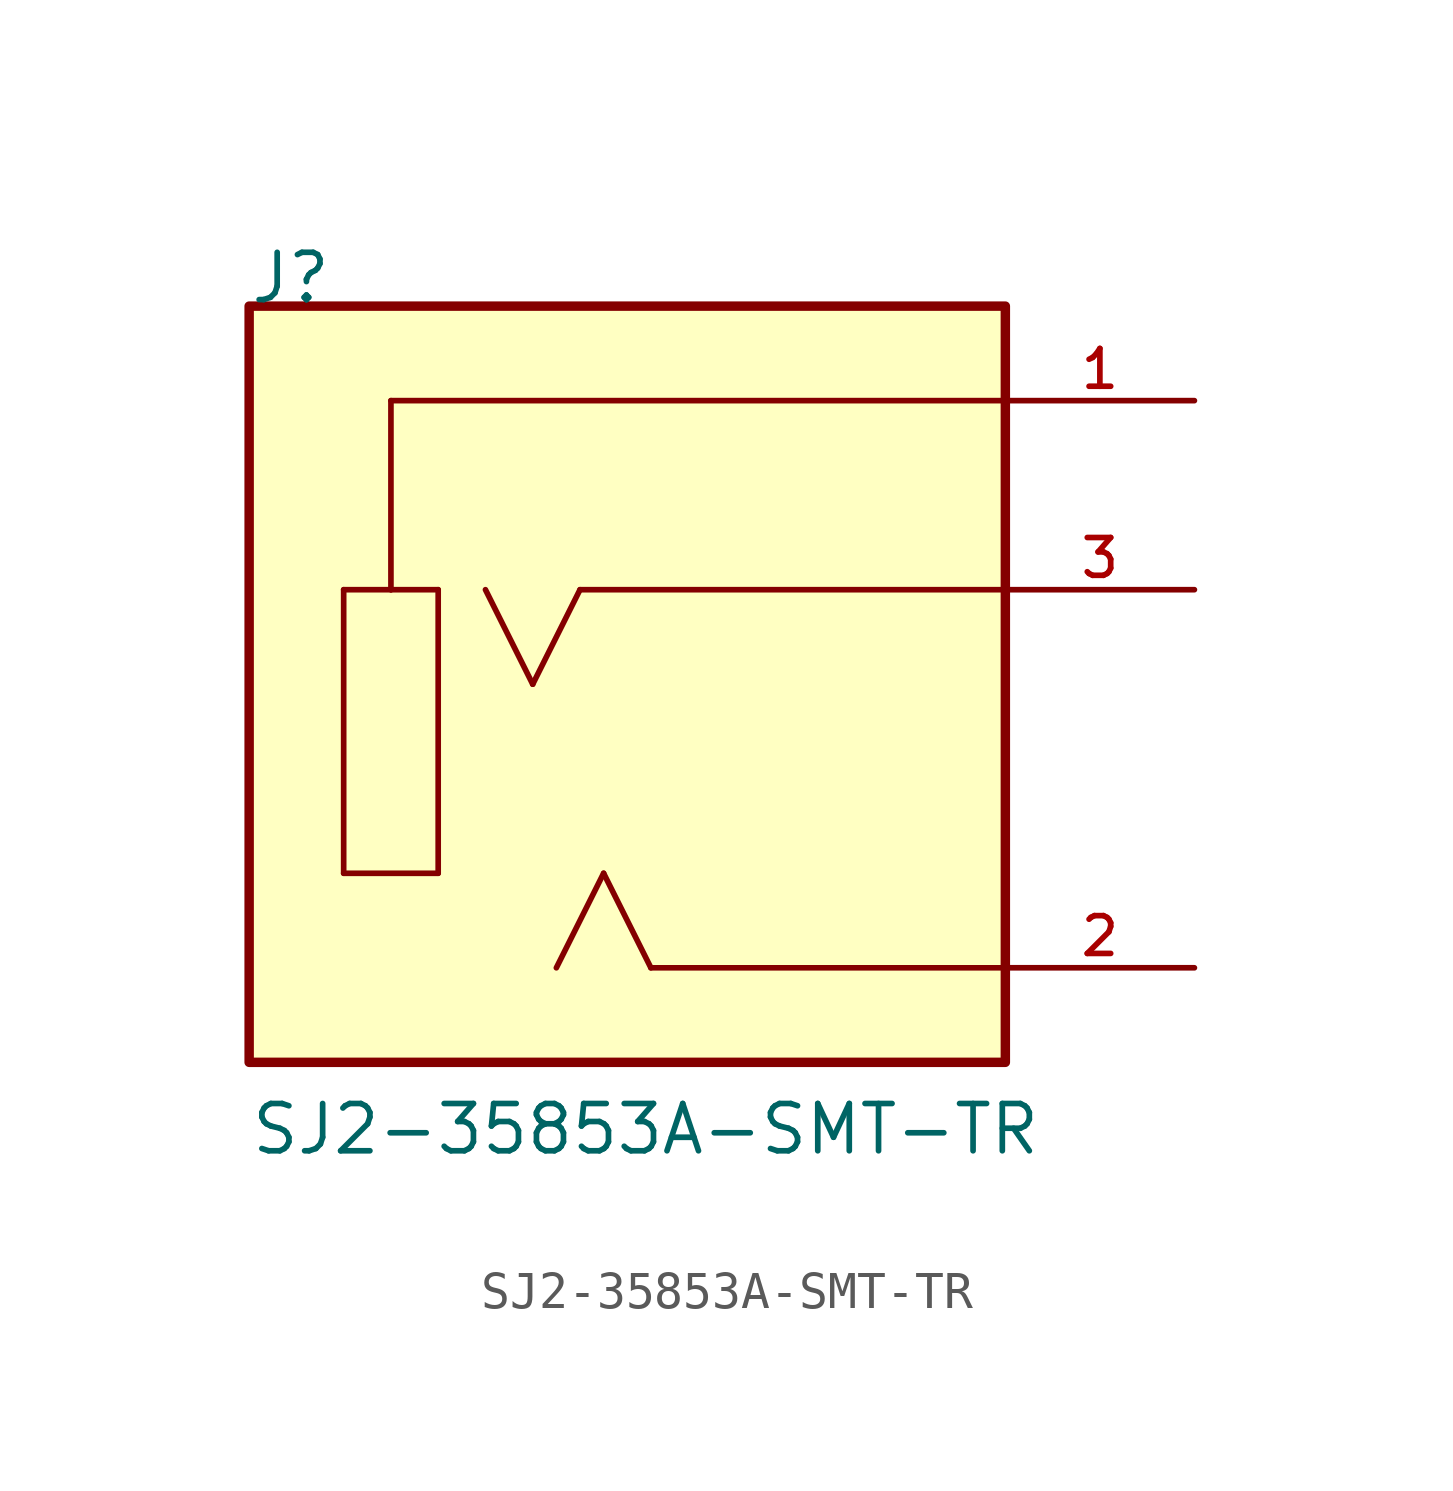
<source format=kicad_sym>
(kicad_symbol_lib
  (version 20211014)
  (generator kicad_symbol_editor)
  (symbol "SJ2-35853A-SMT-TR"
    (pin_names
      (offset 1.016))
    (property "Reference" "J"
      (at -10.172 10.172 0)
      (effects (font (size 1.27 1.27)) (justify bottom left)))
    (property "Value" "SJ2-35853A-SMT-TR"
      (at -10.16 -12.7 0)
      (effects (font (size 1.27 1.27)) (justify bottom left)))
    (symbol "SJ2-35853A-SMT-TR_0_0"
      (polyline (pts (xy 10.16 7.62) (xy -6.35 7.62)) (stroke (width 0.152)))
      (polyline (pts (xy -6.35 7.62) (xy -6.35 2.54)) (stroke (width 0.152)))
      (polyline (pts (xy -6.35 2.54) (xy -7.62 2.54)) (stroke (width 0.152)))
      (polyline (pts (xy -7.62 2.54) (xy -7.62 -5.08)) (stroke (width 0.152)))
      (polyline (pts (xy -7.62 -5.08) (xy -5.08 -5.08)) (stroke (width 0.152)))
      (polyline (pts (xy -5.08 -5.08) (xy -5.08 2.54)) (stroke (width 0.152)))
      (polyline (pts (xy -5.08 2.54) (xy -6.35 2.54)) (stroke (width 0.152)))
      (polyline (pts (xy 10.16 -7.62) (xy 0.635 -7.62)) (stroke (width 0.152)))
      (polyline (pts (xy 0.635 -7.62) (xy -0.635 -5.08)) (stroke (width 0.152)))
      (polyline (pts (xy -0.635 -5.08) (xy -1.905 -7.62)) (stroke (width 0.152)))
      (polyline (pts (xy 10.16 2.54) (xy -1.27 2.54)) (stroke (width 0.152)))
      (polyline (pts (xy -1.27 2.54) (xy -2.54 0.0)) (stroke (width 0.152)))
      (polyline (pts (xy -2.54 0.0) (xy -3.81 2.54)) (stroke (width 0.152)))
      (rectangle (start -10.16 -10.16) (end 10.16 10.16) (stroke (width 0.254)) (fill (type background)))
      (pin passive line (at 15.24 7.62 180.0) (length 5.08) (name "~" (effects (font (size 1.016 1.016)))) (number "1" (effects (font (size 1.016 1.016)))))
      (pin passive line (at 15.24 -7.62 180.0) (length 5.08) (name "~" (effects (font (size 1.016 1.016)))) (number "2" (effects (font (size 1.016 1.016)))))
      (pin passive line (at 15.24 2.54 180.0) (length 5.08) (name "~" (effects (font (size 1.016 1.016)))) (number "3" (effects (font (size 1.016 1.016))))))))
</source>
